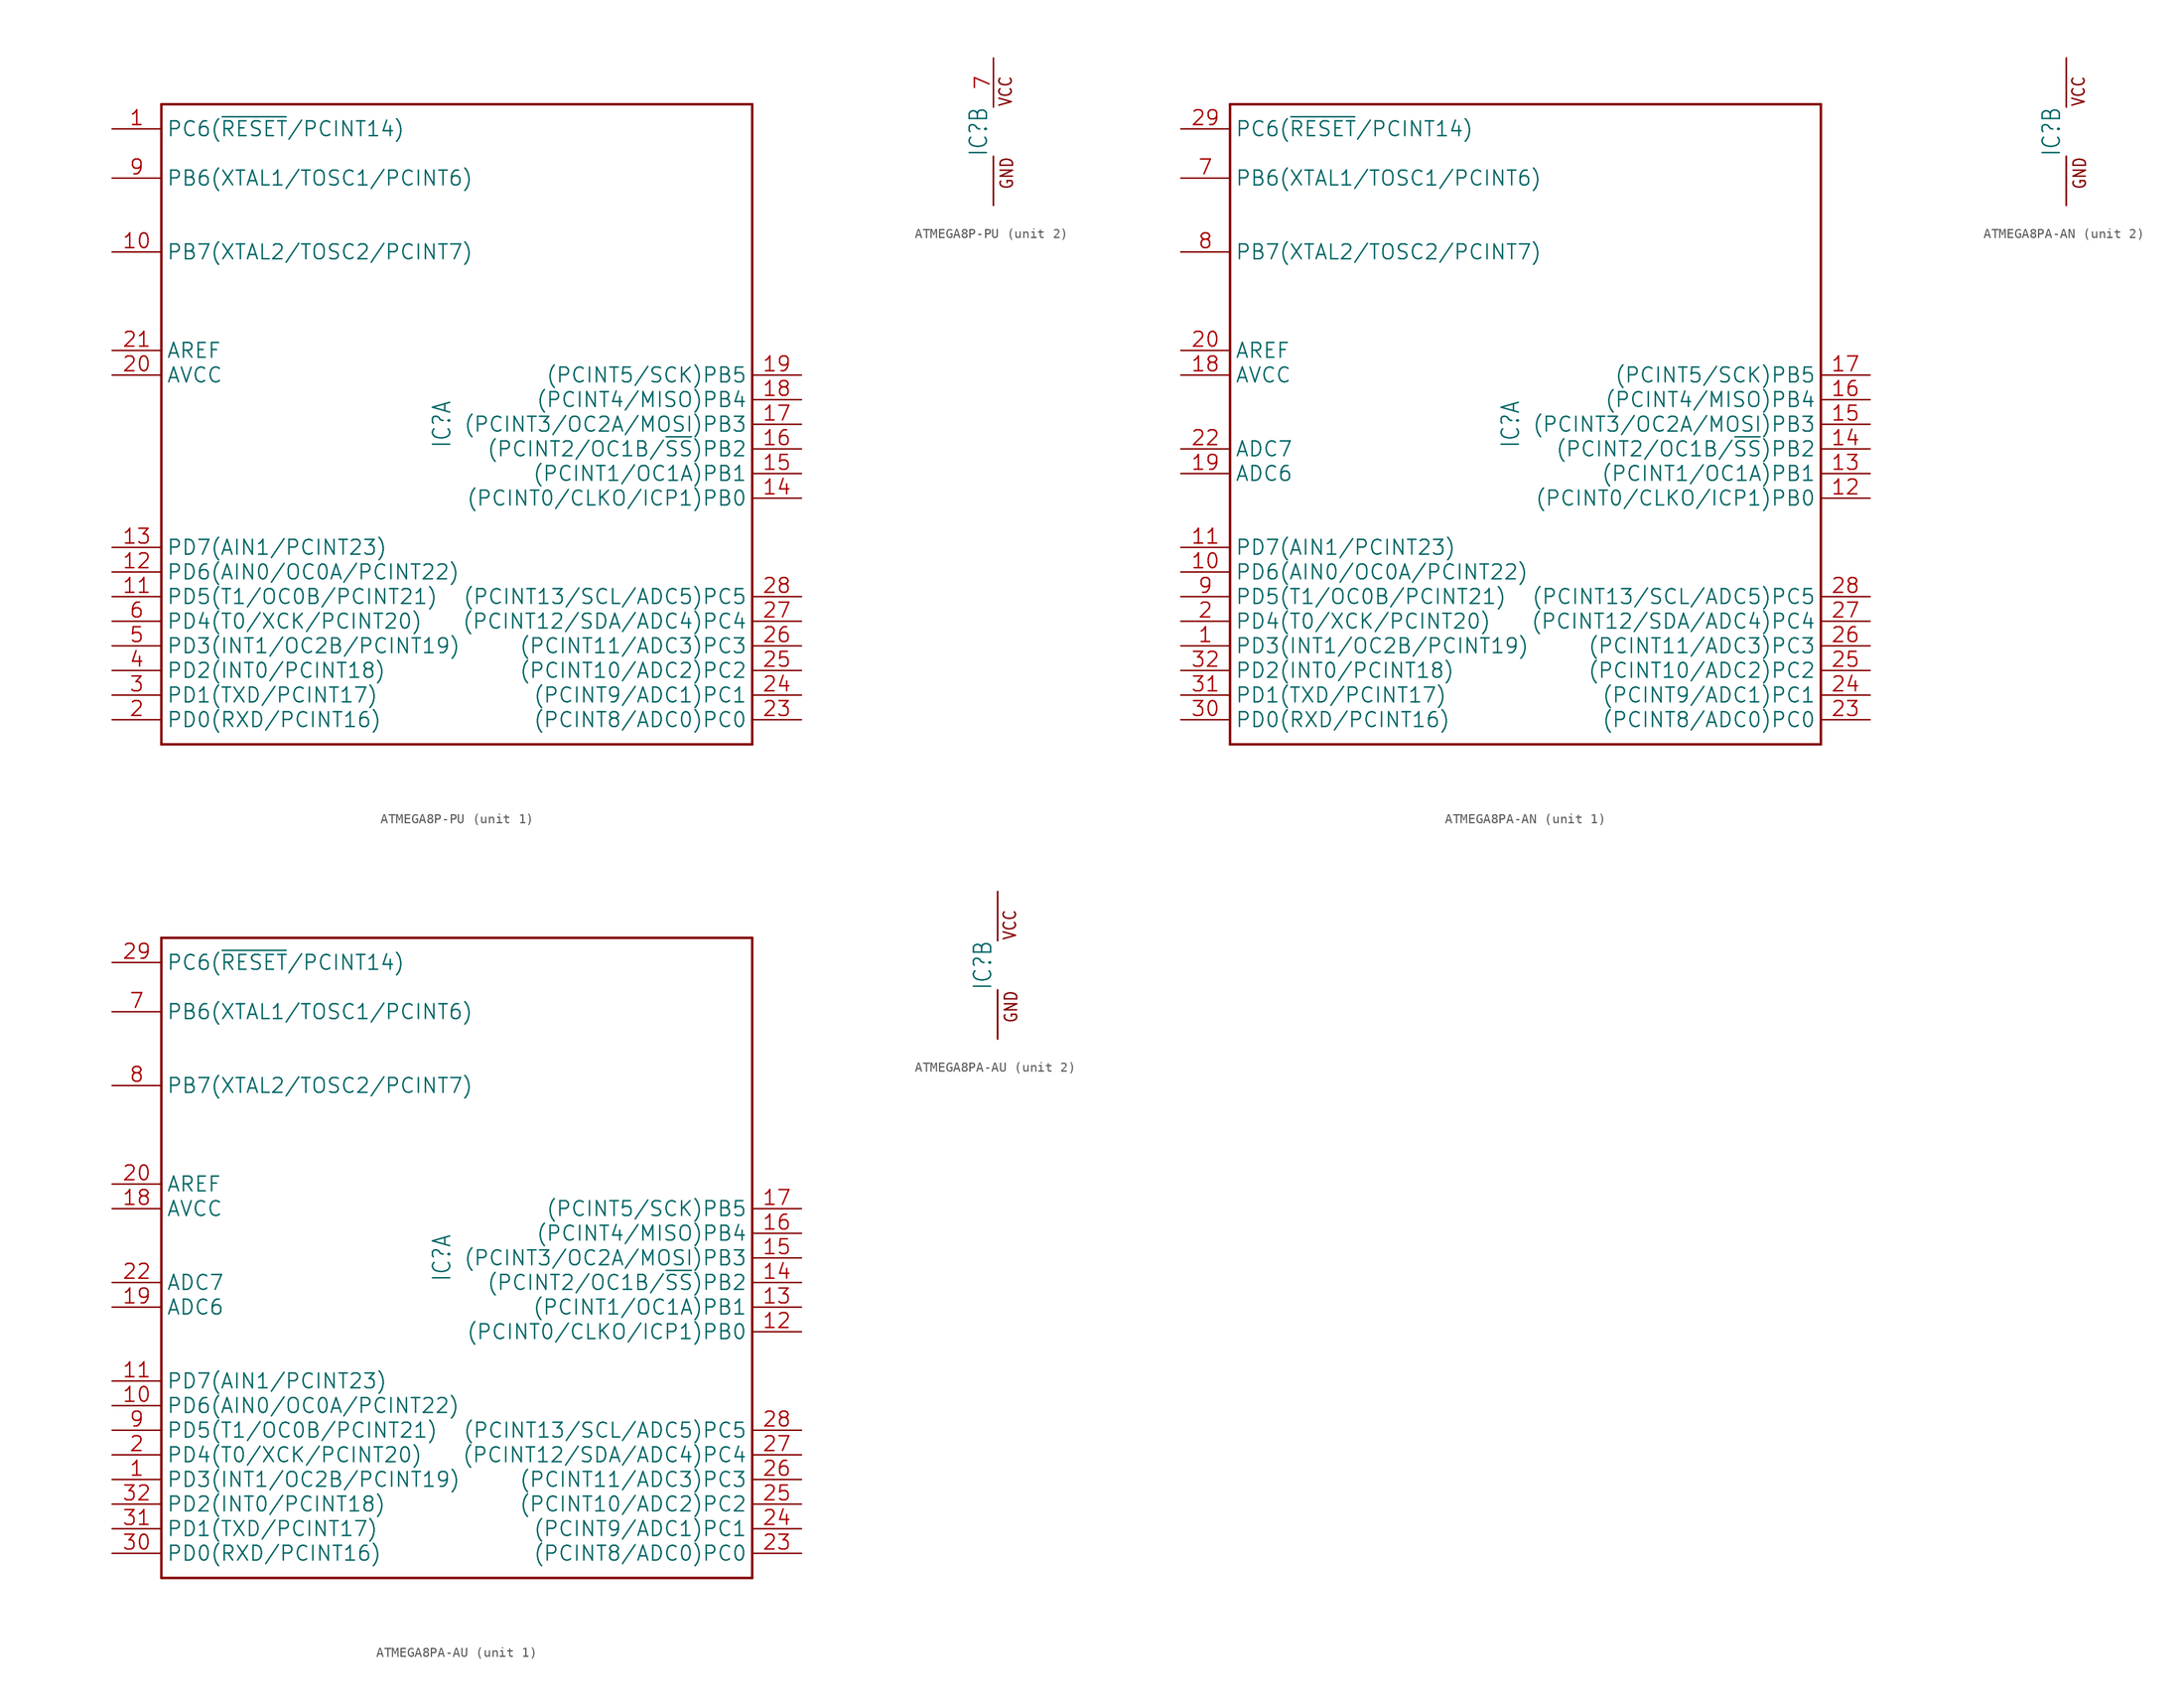
<source format=kicad_sym>
(kicad_symbol_lib
  (version 20241209)
  (generator "kicad_symbol_editor")
  (generator_version "9.0")
  (symbol "ATMEGA8P-PU"
    (property "Reference" "IC"
      (at -0.508 0 90)
      (effects (font (size 1.778 1.511)) (justify bottom)))
    (property "ki_locked" ""
      (at 0 0 0)
      (effects (font (size 1.27 1.27))))
    (symbol "ATMEGA8P-PU_1_0"
      (polyline (pts (xy -30.48 33.02) (xy 30.48 33.02)) (stroke (width 0.254) (type solid)) (fill (type none)))
      (polyline (pts (xy -30.48 -33.02) (xy -30.48 33.02)) (stroke (width 0.254) (type solid)) (fill (type none)))
      (polyline (pts (xy 30.48 33.02) (xy 30.48 -33.02)) (stroke (width 0.254) (type solid)) (fill (type none)))
      (polyline (pts (xy 30.48 -33.02) (xy -30.48 -33.02)) (stroke (width 0.254) (type solid)) (fill (type none)))
      (pin bidirectional line (at -35.56 30.48 0) (length 5.08) (name "PC6(~{RESET}/PCINT14)" (effects (font (size 1.524 1.524)))) (number "1" (effects (font (size 1.524 1.524)))))
      (pin bidirectional line (at -35.56 25.4 0) (length 5.08) (name "PB6(XTAL1/TOSC1/PCINT6)" (effects (font (size 1.524 1.524)))) (number "9" (effects (font (size 1.524 1.524)))))
      (pin bidirectional line (at -35.56 17.78 0) (length 5.08) (name "PB7(XTAL2/TOSC2/PCINT7)" (effects (font (size 1.524 1.524)))) (number "10" (effects (font (size 1.524 1.524)))))
      (pin passive line (at -35.56 7.62 0) (length 5.08) (name "AREF" (effects (font (size 1.524 1.524)))) (number "21" (effects (font (size 1.524 1.524)))))
      (pin power_in line (at -35.56 5.08 0) (length 5.08) (name "AVCC" (effects (font (size 1.524 1.524)))) (number "20" (effects (font (size 1.524 1.524)))))
      (pin bidirectional line (at -35.56 -12.7 0) (length 5.08) (name "PD7(AIN1/PCINT23)" (effects (font (size 1.524 1.524)))) (number "13" (effects (font (size 1.524 1.524)))))
      (pin bidirectional line (at -35.56 -15.24 0) (length 5.08) (name "PD6(AIN0/OC0A/PCINT22)" (effects (font (size 1.524 1.524)))) (number "12" (effects (font (size 1.524 1.524)))))
      (pin bidirectional line (at -35.56 -17.78 0) (length 5.08) (name "PD5(T1/OC0B/PCINT21)" (effects (font (size 1.524 1.524)))) (number "11" (effects (font (size 1.524 1.524)))))
      (pin bidirectional line (at -35.56 -20.32 0) (length 5.08) (name "PD4(T0/XCK/PCINT20)" (effects (font (size 1.524 1.524)))) (number "6" (effects (font (size 1.524 1.524)))))
      (pin bidirectional line (at -35.56 -22.86 0) (length 5.08) (name "PD3(INT1/OC2B/PCINT19)" (effects (font (size 1.524 1.524)))) (number "5" (effects (font (size 1.524 1.524)))))
      (pin bidirectional line (at -35.56 -25.4 0) (length 5.08) (name "PD2(INT0/PCINT18)" (effects (font (size 1.524 1.524)))) (number "4" (effects (font (size 1.524 1.524)))))
      (pin bidirectional line (at -35.56 -27.94 0) (length 5.08) (name "PD1(TXD/PCINT17)" (effects (font (size 1.524 1.524)))) (number "3" (effects (font (size 1.524 1.524)))))
      (pin bidirectional line (at -35.56 -30.48 0) (length 5.08) (name "PD0(RXD/PCINT16)" (effects (font (size 1.524 1.524)))) (number "2" (effects (font (size 1.524 1.524)))))
      (pin bidirectional line (at 35.56 5.08 180) (length 5.08) (name "(PCINT5/SCK)PB5" (effects (font (size 1.524 1.524)))) (number "19" (effects (font (size 1.524 1.524)))))
      (pin bidirectional line (at 35.56 2.54 180) (length 5.08) (name "(PCINT4/MISO)PB4" (effects (font (size 1.524 1.524)))) (number "18" (effects (font (size 1.524 1.524)))))
      (pin bidirectional line (at 35.56 0 180) (length 5.08) (name "(PCINT3/OC2A/MOSI)PB3" (effects (font (size 1.524 1.524)))) (number "17" (effects (font (size 1.524 1.524)))))
      (pin bidirectional line (at 35.56 -2.54 180) (length 5.08) (name "(PCINT2/OC1B/~{SS})PB2" (effects (font (size 1.524 1.524)))) (number "16" (effects (font (size 1.524 1.524)))))
      (pin bidirectional line (at 35.56 -5.08 180) (length 5.08) (name "(PCINT1/OC1A)PB1" (effects (font (size 1.524 1.524)))) (number "15" (effects (font (size 1.524 1.524)))))
      (pin bidirectional line (at 35.56 -7.62 180) (length 5.08) (name "(PCINT0/CLKO/ICP1)PB0" (effects (font (size 1.524 1.524)))) (number "14" (effects (font (size 1.524 1.524)))))
      (pin bidirectional line (at 35.56 -17.78 180) (length 5.08) (name "(PCINT13/SCL/ADC5)PC5" (effects (font (size 1.524 1.524)))) (number "28" (effects (font (size 1.524 1.524)))))
      (pin bidirectional line (at 35.56 -20.32 180) (length 5.08) (name "(PCINT12/SDA/ADC4)PC4" (effects (font (size 1.524 1.524)))) (number "27" (effects (font (size 1.524 1.524)))))
      (pin bidirectional line (at 35.56 -22.86 180) (length 5.08) (name "(PCINT11/ADC3)PC3" (effects (font (size 1.524 1.524)))) (number "26" (effects (font (size 1.524 1.524)))))
      (pin bidirectional line (at 35.56 -25.4 180) (length 5.08) (name "(PCINT10/ADC2)PC2" (effects (font (size 1.524 1.524)))) (number "25" (effects (font (size 1.524 1.524)))))
      (pin bidirectional line (at 35.56 -27.94 180) (length 5.08) (name "(PCINT9/ADC1)PC1" (effects (font (size 1.524 1.524)))) (number "24" (effects (font (size 1.524 1.524)))))
      (pin bidirectional line (at 35.56 -30.48 180) (length 5.08) (name "(PCINT8/ADC0)PC0" (effects (font (size 1.524 1.524)))) (number "23" (effects (font (size 1.524 1.524))))))
    (symbol "ATMEGA8P-PU_2_0"
      (text "VCC" (at 0.508 2.54 900) (effects (font (size 1.27 1.079)) (justify left top)))
      (text "GND" (at 0.635 -2.54 900) (effects (font (size 1.27 1.079)) (justify right top)))
      (pin power_in line (at 0 7.62 270) (length 5.08) (name "VCC" (effects (font (size 0 0)))) (number "7" (effects (font (size 1.524 1.524)))))
      (pin power_in line (at 0 -7.62 90) (length 5.08) (name "GND" (effects (font (size 0 0)))) (number "22" (effects (font (size 0 0)))))
      (pin power_in line (at 0 -7.62 90) (length 5.08) (name "GND" (effects (font (size 0 0)))) (number "8" (effects (font (size 0 0)))))))
  (symbol "ATMEGA8PA-AN"
    (property "Reference" "IC"
      (at -0.508 0 90)
      (effects (font (size 1.778 1.511)) (justify bottom)))
    (property "ki_locked" ""
      (at 0 0 0)
      (effects (font (size 1.27 1.27))))
    (symbol "ATMEGA8PA-AN_1_0"
      (polyline (pts (xy -30.48 33.02) (xy 30.48 33.02)) (stroke (width 0.254) (type solid)) (fill (type none)))
      (polyline (pts (xy -30.48 -33.02) (xy -30.48 33.02)) (stroke (width 0.254) (type solid)) (fill (type none)))
      (polyline (pts (xy 30.48 33.02) (xy 30.48 -33.02)) (stroke (width 0.254) (type solid)) (fill (type none)))
      (polyline (pts (xy 30.48 -33.02) (xy -30.48 -33.02)) (stroke (width 0.254) (type solid)) (fill (type none)))
      (pin bidirectional line (at -35.56 30.48 0) (length 5.08) (name "PC6(~{RESET}/PCINT14)" (effects (font (size 1.524 1.524)))) (number "29" (effects (font (size 1.524 1.524)))))
      (pin bidirectional line (at -35.56 25.4 0) (length 5.08) (name "PB6(XTAL1/TOSC1/PCINT6)" (effects (font (size 1.524 1.524)))) (number "7" (effects (font (size 1.524 1.524)))))
      (pin bidirectional line (at -35.56 17.78 0) (length 5.08) (name "PB7(XTAL2/TOSC2/PCINT7)" (effects (font (size 1.524 1.524)))) (number "8" (effects (font (size 1.524 1.524)))))
      (pin passive line (at -35.56 7.62 0) (length 5.08) (name "AREF" (effects (font (size 1.524 1.524)))) (number "20" (effects (font (size 1.524 1.524)))))
      (pin power_in line (at -35.56 5.08 0) (length 5.08) (name "AVCC" (effects (font (size 1.524 1.524)))) (number "18" (effects (font (size 1.524 1.524)))))
      (pin bidirectional line (at -35.56 -2.54 0) (length 5.08) (name "ADC7" (effects (font (size 1.524 1.524)))) (number "22" (effects (font (size 1.524 1.524)))))
      (pin bidirectional line (at -35.56 -5.08 0) (length 5.08) (name "ADC6" (effects (font (size 1.524 1.524)))) (number "19" (effects (font (size 1.524 1.524)))))
      (pin bidirectional line (at -35.56 -12.7 0) (length 5.08) (name "PD7(AIN1/PCINT23)" (effects (font (size 1.524 1.524)))) (number "11" (effects (font (size 1.524 1.524)))))
      (pin bidirectional line (at -35.56 -15.24 0) (length 5.08) (name "PD6(AIN0/OC0A/PCINT22)" (effects (font (size 1.524 1.524)))) (number "10" (effects (font (size 1.524 1.524)))))
      (pin bidirectional line (at -35.56 -17.78 0) (length 5.08) (name "PD5(T1/OC0B/PCINT21)" (effects (font (size 1.524 1.524)))) (number "9" (effects (font (size 1.524 1.524)))))
      (pin bidirectional line (at -35.56 -20.32 0) (length 5.08) (name "PD4(T0/XCK/PCINT20)" (effects (font (size 1.524 1.524)))) (number "2" (effects (font (size 1.524 1.524)))))
      (pin bidirectional line (at -35.56 -22.86 0) (length 5.08) (name "PD3(INT1/OC2B/PCINT19)" (effects (font (size 1.524 1.524)))) (number "1" (effects (font (size 1.524 1.524)))))
      (pin bidirectional line (at -35.56 -25.4 0) (length 5.08) (name "PD2(INT0/PCINT18)" (effects (font (size 1.524 1.524)))) (number "32" (effects (font (size 1.524 1.524)))))
      (pin bidirectional line (at -35.56 -27.94 0) (length 5.08) (name "PD1(TXD/PCINT17)" (effects (font (size 1.524 1.524)))) (number "31" (effects (font (size 1.524 1.524)))))
      (pin bidirectional line (at -35.56 -30.48 0) (length 5.08) (name "PD0(RXD/PCINT16)" (effects (font (size 1.524 1.524)))) (number "30" (effects (font (size 1.524 1.524)))))
      (pin bidirectional line (at 35.56 5.08 180) (length 5.08) (name "(PCINT5/SCK)PB5" (effects (font (size 1.524 1.524)))) (number "17" (effects (font (size 1.524 1.524)))))
      (pin bidirectional line (at 35.56 2.54 180) (length 5.08) (name "(PCINT4/MISO)PB4" (effects (font (size 1.524 1.524)))) (number "16" (effects (font (size 1.524 1.524)))))
      (pin bidirectional line (at 35.56 0 180) (length 5.08) (name "(PCINT3/OC2A/MOSI)PB3" (effects (font (size 1.524 1.524)))) (number "15" (effects (font (size 1.524 1.524)))))
      (pin bidirectional line (at 35.56 -2.54 180) (length 5.08) (name "(PCINT2/OC1B/~{SS})PB2" (effects (font (size 1.524 1.524)))) (number "14" (effects (font (size 1.524 1.524)))))
      (pin bidirectional line (at 35.56 -5.08 180) (length 5.08) (name "(PCINT1/OC1A)PB1" (effects (font (size 1.524 1.524)))) (number "13" (effects (font (size 1.524 1.524)))))
      (pin bidirectional line (at 35.56 -7.62 180) (length 5.08) (name "(PCINT0/CLKO/ICP1)PB0" (effects (font (size 1.524 1.524)))) (number "12" (effects (font (size 1.524 1.524)))))
      (pin bidirectional line (at 35.56 -17.78 180) (length 5.08) (name "(PCINT13/SCL/ADC5)PC5" (effects (font (size 1.524 1.524)))) (number "28" (effects (font (size 1.524 1.524)))))
      (pin bidirectional line (at 35.56 -20.32 180) (length 5.08) (name "(PCINT12/SDA/ADC4)PC4" (effects (font (size 1.524 1.524)))) (number "27" (effects (font (size 1.524 1.524)))))
      (pin bidirectional line (at 35.56 -22.86 180) (length 5.08) (name "(PCINT11/ADC3)PC3" (effects (font (size 1.524 1.524)))) (number "26" (effects (font (size 1.524 1.524)))))
      (pin bidirectional line (at 35.56 -25.4 180) (length 5.08) (name "(PCINT10/ADC2)PC2" (effects (font (size 1.524 1.524)))) (number "25" (effects (font (size 1.524 1.524)))))
      (pin bidirectional line (at 35.56 -27.94 180) (length 5.08) (name "(PCINT9/ADC1)PC1" (effects (font (size 1.524 1.524)))) (number "24" (effects (font (size 1.524 1.524)))))
      (pin bidirectional line (at 35.56 -30.48 180) (length 5.08) (name "(PCINT8/ADC0)PC0" (effects (font (size 1.524 1.524)))) (number "23" (effects (font (size 1.524 1.524))))))
    (symbol "ATMEGA8PA-AN_2_0"
      (text "VCC" (at 0.508 2.54 900) (effects (font (size 1.27 1.079)) (justify left top)))
      (text "GND" (at 0.635 -2.54 900) (effects (font (size 1.27 1.079)) (justify right top)))
      (pin power_in line (at 0 7.62 270) (length 5.08) (name "VCC" (effects (font (size 0 0)))) (number "4" (effects (font (size 0 0)))))
      (pin power_in line (at 0 7.62 270) (length 5.08) (name "VCC" (effects (font (size 0 0)))) (number "6" (effects (font (size 0 0)))))
      (pin power_in line (at 0 -7.62 90) (length 5.08) (name "GND" (effects (font (size 0 0)))) (number "21" (effects (font (size 0 0)))))
      (pin power_in line (at 0 -7.62 90) (length 5.08) (name "GND" (effects (font (size 0 0)))) (number "3" (effects (font (size 0 0)))))
      (pin power_in line (at 0 -7.62 90) (length 5.08) (name "GND" (effects (font (size 0 0)))) (number "5" (effects (font (size 0 0)))))))
  (symbol "ATMEGA8PA-AU"
    (property "Reference" "IC"
      (at -0.508 0 90)
      (effects (font (size 1.778 1.511)) (justify bottom)))
    (property "ki_locked" ""
      (at 0 0 0)
      (effects (font (size 1.27 1.27))))
    (symbol "ATMEGA8PA-AU_1_0"
      (polyline (pts (xy -30.48 33.02) (xy 30.48 33.02)) (stroke (width 0.254) (type solid)) (fill (type none)))
      (polyline (pts (xy -30.48 -33.02) (xy -30.48 33.02)) (stroke (width 0.254) (type solid)) (fill (type none)))
      (polyline (pts (xy 30.48 33.02) (xy 30.48 -33.02)) (stroke (width 0.254) (type solid)) (fill (type none)))
      (polyline (pts (xy 30.48 -33.02) (xy -30.48 -33.02)) (stroke (width 0.254) (type solid)) (fill (type none)))
      (pin bidirectional line (at -35.56 30.48 0) (length 5.08) (name "PC6(~{RESET}/PCINT14)" (effects (font (size 1.524 1.524)))) (number "29" (effects (font (size 1.524 1.524)))))
      (pin bidirectional line (at -35.56 25.4 0) (length 5.08) (name "PB6(XTAL1/TOSC1/PCINT6)" (effects (font (size 1.524 1.524)))) (number "7" (effects (font (size 1.524 1.524)))))
      (pin bidirectional line (at -35.56 17.78 0) (length 5.08) (name "PB7(XTAL2/TOSC2/PCINT7)" (effects (font (size 1.524 1.524)))) (number "8" (effects (font (size 1.524 1.524)))))
      (pin passive line (at -35.56 7.62 0) (length 5.08) (name "AREF" (effects (font (size 1.524 1.524)))) (number "20" (effects (font (size 1.524 1.524)))))
      (pin power_in line (at -35.56 5.08 0) (length 5.08) (name "AVCC" (effects (font (size 1.524 1.524)))) (number "18" (effects (font (size 1.524 1.524)))))
      (pin bidirectional line (at -35.56 -2.54 0) (length 5.08) (name "ADC7" (effects (font (size 1.524 1.524)))) (number "22" (effects (font (size 1.524 1.524)))))
      (pin bidirectional line (at -35.56 -5.08 0) (length 5.08) (name "ADC6" (effects (font (size 1.524 1.524)))) (number "19" (effects (font (size 1.524 1.524)))))
      (pin bidirectional line (at -35.56 -12.7 0) (length 5.08) (name "PD7(AIN1/PCINT23)" (effects (font (size 1.524 1.524)))) (number "11" (effects (font (size 1.524 1.524)))))
      (pin bidirectional line (at -35.56 -15.24 0) (length 5.08) (name "PD6(AIN0/OC0A/PCINT22)" (effects (font (size 1.524 1.524)))) (number "10" (effects (font (size 1.524 1.524)))))
      (pin bidirectional line (at -35.56 -17.78 0) (length 5.08) (name "PD5(T1/OC0B/PCINT21)" (effects (font (size 1.524 1.524)))) (number "9" (effects (font (size 1.524 1.524)))))
      (pin bidirectional line (at -35.56 -20.32 0) (length 5.08) (name "PD4(T0/XCK/PCINT20)" (effects (font (size 1.524 1.524)))) (number "2" (effects (font (size 1.524 1.524)))))
      (pin bidirectional line (at -35.56 -22.86 0) (length 5.08) (name "PD3(INT1/OC2B/PCINT19)" (effects (font (size 1.524 1.524)))) (number "1" (effects (font (size 1.524 1.524)))))
      (pin bidirectional line (at -35.56 -25.4 0) (length 5.08) (name "PD2(INT0/PCINT18)" (effects (font (size 1.524 1.524)))) (number "32" (effects (font (size 1.524 1.524)))))
      (pin bidirectional line (at -35.56 -27.94 0) (length 5.08) (name "PD1(TXD/PCINT17)" (effects (font (size 1.524 1.524)))) (number "31" (effects (font (size 1.524 1.524)))))
      (pin bidirectional line (at -35.56 -30.48 0) (length 5.08) (name "PD0(RXD/PCINT16)" (effects (font (size 1.524 1.524)))) (number "30" (effects (font (size 1.524 1.524)))))
      (pin bidirectional line (at 35.56 5.08 180) (length 5.08) (name "(PCINT5/SCK)PB5" (effects (font (size 1.524 1.524)))) (number "17" (effects (font (size 1.524 1.524)))))
      (pin bidirectional line (at 35.56 2.54 180) (length 5.08) (name "(PCINT4/MISO)PB4" (effects (font (size 1.524 1.524)))) (number "16" (effects (font (size 1.524 1.524)))))
      (pin bidirectional line (at 35.56 0 180) (length 5.08) (name "(PCINT3/OC2A/MOSI)PB3" (effects (font (size 1.524 1.524)))) (number "15" (effects (font (size 1.524 1.524)))))
      (pin bidirectional line (at 35.56 -2.54 180) (length 5.08) (name "(PCINT2/OC1B/~{SS})PB2" (effects (font (size 1.524 1.524)))) (number "14" (effects (font (size 1.524 1.524)))))
      (pin bidirectional line (at 35.56 -5.08 180) (length 5.08) (name "(PCINT1/OC1A)PB1" (effects (font (size 1.524 1.524)))) (number "13" (effects (font (size 1.524 1.524)))))
      (pin bidirectional line (at 35.56 -7.62 180) (length 5.08) (name "(PCINT0/CLKO/ICP1)PB0" (effects (font (size 1.524 1.524)))) (number "12" (effects (font (size 1.524 1.524)))))
      (pin bidirectional line (at 35.56 -17.78 180) (length 5.08) (name "(PCINT13/SCL/ADC5)PC5" (effects (font (size 1.524 1.524)))) (number "28" (effects (font (size 1.524 1.524)))))
      (pin bidirectional line (at 35.56 -20.32 180) (length 5.08) (name "(PCINT12/SDA/ADC4)PC4" (effects (font (size 1.524 1.524)))) (number "27" (effects (font (size 1.524 1.524)))))
      (pin bidirectional line (at 35.56 -22.86 180) (length 5.08) (name "(PCINT11/ADC3)PC3" (effects (font (size 1.524 1.524)))) (number "26" (effects (font (size 1.524 1.524)))))
      (pin bidirectional line (at 35.56 -25.4 180) (length 5.08) (name "(PCINT10/ADC2)PC2" (effects (font (size 1.524 1.524)))) (number "25" (effects (font (size 1.524 1.524)))))
      (pin bidirectional line (at 35.56 -27.94 180) (length 5.08) (name "(PCINT9/ADC1)PC1" (effects (font (size 1.524 1.524)))) (number "24" (effects (font (size 1.524 1.524)))))
      (pin bidirectional line (at 35.56 -30.48 180) (length 5.08) (name "(PCINT8/ADC0)PC0" (effects (font (size 1.524 1.524)))) (number "23" (effects (font (size 1.524 1.524))))))
    (symbol "ATMEGA8PA-AU_2_0"
      (text "VCC" (at 0.508 2.54 900) (effects (font (size 1.27 1.079)) (justify left top)))
      (text "GND" (at 0.635 -2.54 900) (effects (font (size 1.27 1.079)) (justify right top)))
      (pin power_in line (at 0 7.62 270) (length 5.08) (name "VCC" (effects (font (size 0 0)))) (number "4" (effects (font (size 0 0)))))
      (pin power_in line (at 0 7.62 270) (length 5.08) (name "VCC" (effects (font (size 0 0)))) (number "6" (effects (font (size 0 0)))))
      (pin power_in line (at 0 -7.62 90) (length 5.08) (name "GND" (effects (font (size 0 0)))) (number "21" (effects (font (size 0 0)))))
      (pin power_in line (at 0 -7.62 90) (length 5.08) (name "GND" (effects (font (size 0 0)))) (number "3" (effects (font (size 0 0)))))
      (pin power_in line (at 0 -7.62 90) (length 5.08) (name "GND" (effects (font (size 0 0)))) (number "5" (effects (font (size 0 0))))))))
</source>
